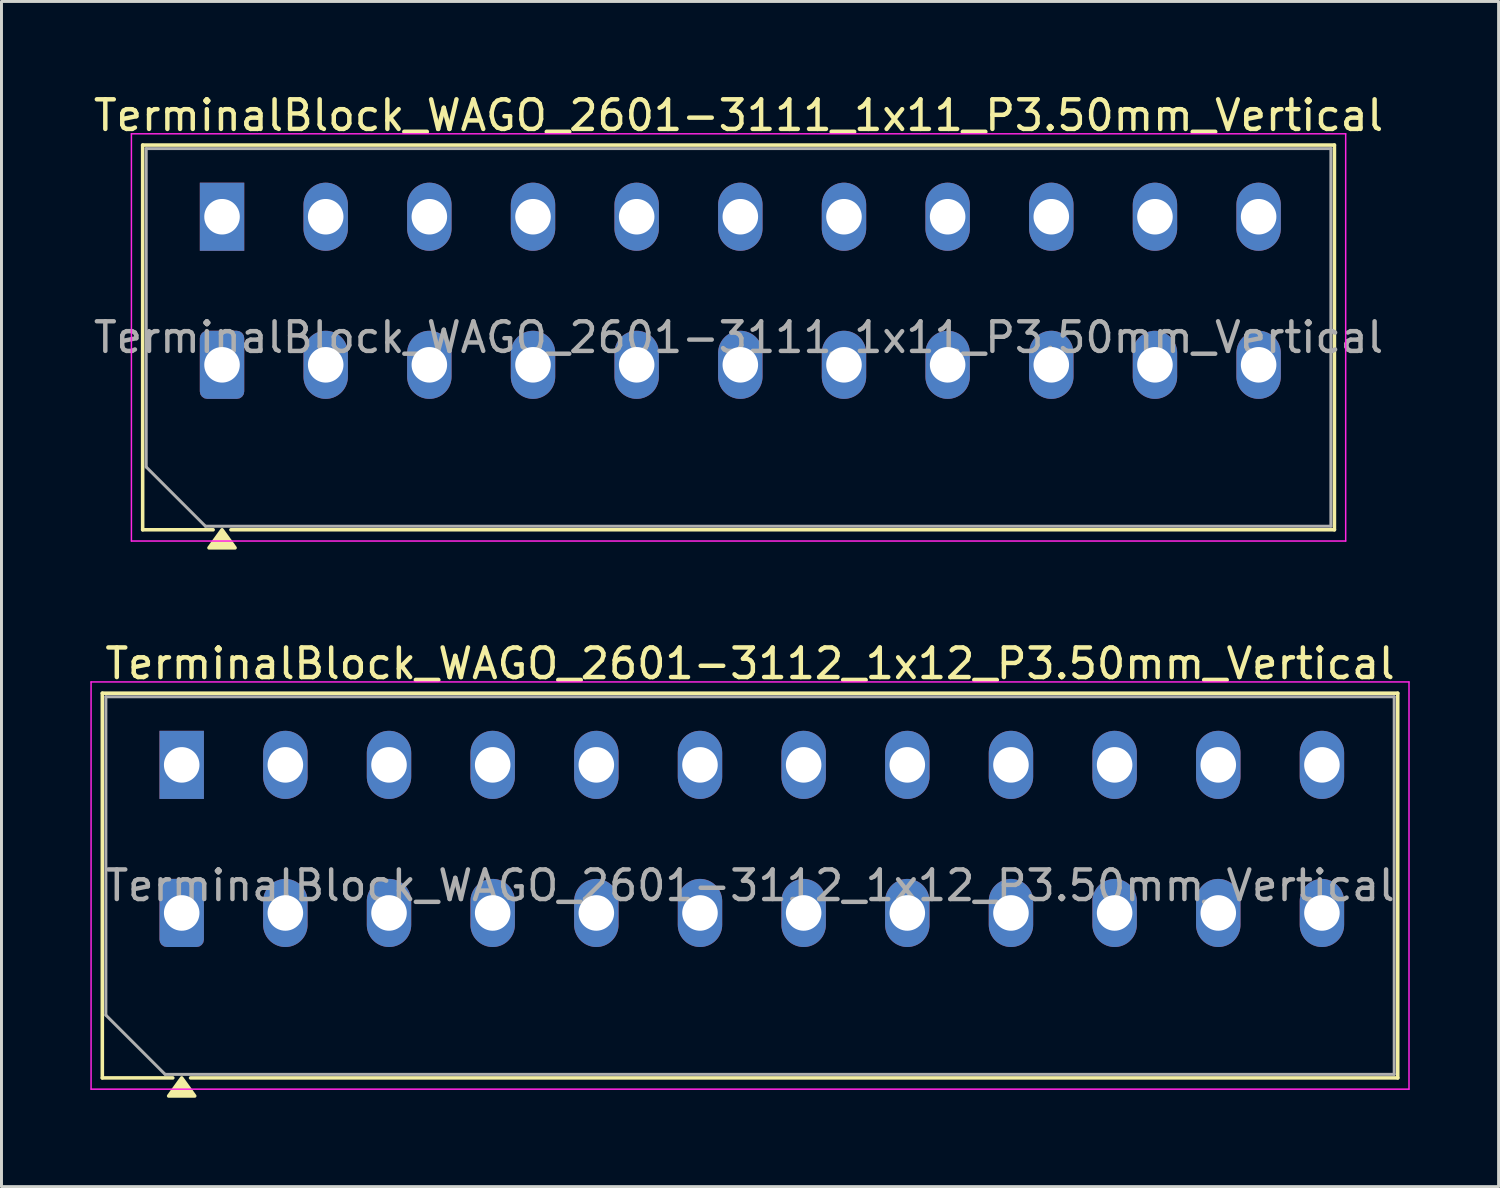
<source format=kicad_pcb>
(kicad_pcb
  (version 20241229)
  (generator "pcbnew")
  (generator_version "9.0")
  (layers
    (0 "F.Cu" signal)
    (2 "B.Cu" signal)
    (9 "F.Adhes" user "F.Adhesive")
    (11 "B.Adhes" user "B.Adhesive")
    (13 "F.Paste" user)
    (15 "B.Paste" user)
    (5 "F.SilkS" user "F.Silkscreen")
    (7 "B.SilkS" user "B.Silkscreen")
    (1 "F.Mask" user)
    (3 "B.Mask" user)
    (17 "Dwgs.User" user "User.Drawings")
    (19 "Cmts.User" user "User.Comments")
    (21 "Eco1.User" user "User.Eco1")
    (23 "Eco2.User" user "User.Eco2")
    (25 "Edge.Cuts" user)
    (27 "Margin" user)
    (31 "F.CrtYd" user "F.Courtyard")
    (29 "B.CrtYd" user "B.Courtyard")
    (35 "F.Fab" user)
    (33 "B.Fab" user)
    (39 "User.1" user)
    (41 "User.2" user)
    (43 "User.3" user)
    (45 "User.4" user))
  (footprint "TerminalBlock_WAGO_2601-3111_1x11_P3.50mm_Vertical"
    (layer "F.Cu")
    (at 4.447 9.268)
    (property "Reference" "TerminalBlock_WAGO_2601-3111_1x11_P3.50mm_Vertical" (at 17.44 -8.42 0) (layer "F.SilkS") (effects (font (size 1 1) (thickness 0.15))))
    (attr through_hole)
    (fp_line (start -2.68 -7.42) (end -2.68 5.57) (stroke (width 0.12) (type solid)) (layer "F.SilkS"))
    (fp_line (start -2.68 -7.42) (end 37.56 -7.42) (stroke (width 0.12) (type solid)) (layer "F.SilkS"))
    (fp_line (start -2.68 5.57) (end -0.3 5.57) (stroke (width 0.12) (type solid)) (layer "F.SilkS"))
    (fp_line (start 0.3 5.57) (end 37.56 5.57) (stroke (width 0.12) (type solid)) (layer "F.SilkS"))
    (fp_line (start 37.56 -7.42) (end 37.56 5.57) (stroke (width 0.12) (type solid)) (layer "F.SilkS"))
    (fp_poly (pts (xy 0 5.57) (xy 0.44 6.18) (xy -0.44 6.18)) (stroke (width 0.12) (type solid)) (fill yes) (layer "F.SilkS"))
    (fp_line (start -3.06 -7.8) (end -3.06 5.95) (stroke (width 0.05) (type solid)) (layer "F.CrtYd"))
    (fp_line (start -3.06 5.95) (end 37.94 5.95) (stroke (width 0.05) (type solid)) (layer "F.CrtYd"))
    (fp_line (start 37.94 -7.8) (end -3.06 -7.8) (stroke (width 0.05) (type solid)) (layer "F.CrtYd"))
    (fp_line (start 37.94 5.95) (end 37.94 -7.8) (stroke (width 0.05) (type solid)) (layer "F.CrtYd"))
    (fp_line (start -2.56 -7.3) (end 37.44 -7.3) (stroke (width 0.1) (type solid)) (layer "F.Fab"))
    (fp_line (start -2.56 3.45) (end -2.56 -7.3) (stroke (width 0.1) (type solid)) (layer "F.Fab"))
    (fp_line (start -0.56 5.45) (end -2.56 3.45) (stroke (width 0.1) (type solid)) (layer "F.Fab"))
    (fp_line (start 37.44 -7.3) (end 37.44 5.45) (stroke (width 0.1) (type solid)) (layer "F.Fab"))
    (fp_line (start 37.44 5.45) (end -0.56 5.45) (stroke (width 0.1) (type solid)) (layer "F.Fab"))
    (fp_text user "${REFERENCE}" (at 17.44 -0.925 0) (layer "F.Fab") (effects (font (size 1 1) (thickness 0.15))))
    (pad "1" thru_hole rect (at 0 -5) (size 1.5 2.3) (drill 1.2) (layers "*.Cu" "*.Mask"))
    (pad "1" thru_hole roundrect (at 0 0) (size 1.5 2.3) (drill 1.2) (layers "*.Cu" "*.Mask") (roundrect_rratio 0.167))
    (pad "2" thru_hole oval (at 3.5 -5) (size 1.5 2.3) (drill 1.2) (layers "*.Cu" "*.Mask"))
    (pad "2" thru_hole oval (at 3.5 0) (size 1.5 2.3) (drill 1.2) (layers "*.Cu" "*.Mask"))
    (pad "3" thru_hole oval (at 7 -5) (size 1.5 2.3) (drill 1.2) (layers "*.Cu" "*.Mask"))
    (pad "3" thru_hole oval (at 7 0) (size 1.5 2.3) (drill 1.2) (layers "*.Cu" "*.Mask"))
    (pad "4" thru_hole oval (at 10.5 -5) (size 1.5 2.3) (drill 1.2) (layers "*.Cu" "*.Mask"))
    (pad "4" thru_hole oval (at 10.5 0) (size 1.5 2.3) (drill 1.2) (layers "*.Cu" "*.Mask"))
    (pad "5" thru_hole oval (at 14 -5) (size 1.5 2.3) (drill 1.2) (layers "*.Cu" "*.Mask"))
    (pad "5" thru_hole oval (at 14 0) (size 1.5 2.3) (drill 1.2) (layers "*.Cu" "*.Mask"))
    (pad "6" thru_hole oval (at 17.5 -5) (size 1.5 2.3) (drill 1.2) (layers "*.Cu" "*.Mask"))
    (pad "6" thru_hole oval (at 17.5 0) (size 1.5 2.3) (drill 1.2) (layers "*.Cu" "*.Mask"))
    (pad "7" thru_hole oval (at 21 -5) (size 1.5 2.3) (drill 1.2) (layers "*.Cu" "*.Mask"))
    (pad "7" thru_hole oval (at 21 0) (size 1.5 2.3) (drill 1.2) (layers "*.Cu" "*.Mask"))
    (pad "8" thru_hole oval (at 24.5 -5) (size 1.5 2.3) (drill 1.2) (layers "*.Cu" "*.Mask"))
    (pad "8" thru_hole oval (at 24.5 0) (size 1.5 2.3) (drill 1.2) (layers "*.Cu" "*.Mask"))
    (pad "9" thru_hole oval (at 28 -5) (size 1.5 2.3) (drill 1.2) (layers "*.Cu" "*.Mask"))
    (pad "9" thru_hole oval (at 28 0) (size 1.5 2.3) (drill 1.2) (layers "*.Cu" "*.Mask"))
    (pad "10" thru_hole oval (at 31.5 -5) (size 1.5 2.3) (drill 1.2) (layers "*.Cu" "*.Mask"))
    (pad "10" thru_hole oval (at 31.5 0) (size 1.5 2.3) (drill 1.2) (layers "*.Cu" "*.Mask"))
    (pad "11" thru_hole oval (at 35 -5) (size 1.5 2.3) (drill 1.2) (layers "*.Cu" "*.Mask"))
    (pad "11" thru_hole oval (at 35 0) (size 1.5 2.3) (drill 1.2) (layers "*.Cu" "*.Mask")))
  (footprint "TerminalBlock_WAGO_2601-3112_1x12_P3.50mm_Vertical"
    (layer "F.Cu")
    (at 3.085 27.776)
    (property "Reference" "TerminalBlock_WAGO_2601-3112_1x12_P3.50mm_Vertical" (at 19.19 -8.42 0) (layer "F.SilkS") (effects (font (size 1 1) (thickness 0.15))))
    (attr through_hole)
    (fp_line (start -2.68 -7.42) (end -2.68 5.57) (stroke (width 0.12) (type solid)) (layer "F.SilkS"))
    (fp_line (start -2.68 -7.42) (end 41.06 -7.42) (stroke (width 0.12) (type solid)) (layer "F.SilkS"))
    (fp_line (start -2.68 5.57) (end -0.3 5.57) (stroke (width 0.12) (type solid)) (layer "F.SilkS"))
    (fp_line (start 0.3 5.57) (end 41.06 5.57) (stroke (width 0.12) (type solid)) (layer "F.SilkS"))
    (fp_line (start 41.06 -7.42) (end 41.06 5.57) (stroke (width 0.12) (type solid)) (layer "F.SilkS"))
    (fp_poly (pts (xy 0 5.57) (xy 0.44 6.18) (xy -0.44 6.18)) (stroke (width 0.12) (type solid)) (fill yes) (layer "F.SilkS"))
    (fp_line (start -3.06 -7.8) (end -3.06 5.95) (stroke (width 0.05) (type solid)) (layer "F.CrtYd"))
    (fp_line (start -3.06 5.95) (end 41.44 5.95) (stroke (width 0.05) (type solid)) (layer "F.CrtYd"))
    (fp_line (start 41.44 -7.8) (end -3.06 -7.8) (stroke (width 0.05) (type solid)) (layer "F.CrtYd"))
    (fp_line (start 41.44 5.95) (end 41.44 -7.8) (stroke (width 0.05) (type solid)) (layer "F.CrtYd"))
    (fp_line (start -2.56 -7.3) (end 40.94 -7.3) (stroke (width 0.1) (type solid)) (layer "F.Fab"))
    (fp_line (start -2.56 3.45) (end -2.56 -7.3) (stroke (width 0.1) (type solid)) (layer "F.Fab"))
    (fp_line (start -0.56 5.45) (end -2.56 3.45) (stroke (width 0.1) (type solid)) (layer "F.Fab"))
    (fp_line (start 40.94 -7.3) (end 40.94 5.45) (stroke (width 0.1) (type solid)) (layer "F.Fab"))
    (fp_line (start 40.94 5.45) (end -0.56 5.45) (stroke (width 0.1) (type solid)) (layer "F.Fab"))
    (fp_text user "${REFERENCE}" (at 19.19 -0.925 0) (layer "F.Fab") (effects (font (size 1 1) (thickness 0.15))))
    (pad "1" thru_hole rect (at 0 -5) (size 1.5 2.3) (drill 1.2) (layers "*.Cu" "*.Mask"))
    (pad "1" thru_hole roundrect (at 0 0) (size 1.5 2.3) (drill 1.2) (layers "*.Cu" "*.Mask") (roundrect_rratio 0.167))
    (pad "2" thru_hole oval (at 3.5 -5) (size 1.5 2.3) (drill 1.2) (layers "*.Cu" "*.Mask"))
    (pad "2" thru_hole oval (at 3.5 0) (size 1.5 2.3) (drill 1.2) (layers "*.Cu" "*.Mask"))
    (pad "3" thru_hole oval (at 7 -5) (size 1.5 2.3) (drill 1.2) (layers "*.Cu" "*.Mask"))
    (pad "3" thru_hole oval (at 7 0) (size 1.5 2.3) (drill 1.2) (layers "*.Cu" "*.Mask"))
    (pad "4" thru_hole oval (at 10.5 -5) (size 1.5 2.3) (drill 1.2) (layers "*.Cu" "*.Mask"))
    (pad "4" thru_hole oval (at 10.5 0) (size 1.5 2.3) (drill 1.2) (layers "*.Cu" "*.Mask"))
    (pad "5" thru_hole oval (at 14 -5) (size 1.5 2.3) (drill 1.2) (layers "*.Cu" "*.Mask"))
    (pad "5" thru_hole oval (at 14 0) (size 1.5 2.3) (drill 1.2) (layers "*.Cu" "*.Mask"))
    (pad "6" thru_hole oval (at 17.5 -5) (size 1.5 2.3) (drill 1.2) (layers "*.Cu" "*.Mask"))
    (pad "6" thru_hole oval (at 17.5 0) (size 1.5 2.3) (drill 1.2) (layers "*.Cu" "*.Mask"))
    (pad "7" thru_hole oval (at 21 -5) (size 1.5 2.3) (drill 1.2) (layers "*.Cu" "*.Mask"))
    (pad "7" thru_hole oval (at 21 0) (size 1.5 2.3) (drill 1.2) (layers "*.Cu" "*.Mask"))
    (pad "8" thru_hole oval (at 24.5 -5) (size 1.5 2.3) (drill 1.2) (layers "*.Cu" "*.Mask"))
    (pad "8" thru_hole oval (at 24.5 0) (size 1.5 2.3) (drill 1.2) (layers "*.Cu" "*.Mask"))
    (pad "9" thru_hole oval (at 28 -5) (size 1.5 2.3) (drill 1.2) (layers "*.Cu" "*.Mask"))
    (pad "9" thru_hole oval (at 28 0) (size 1.5 2.3) (drill 1.2) (layers "*.Cu" "*.Mask"))
    (pad "10" thru_hole oval (at 31.5 -5) (size 1.5 2.3) (drill 1.2) (layers "*.Cu" "*.Mask"))
    (pad "10" thru_hole oval (at 31.5 0) (size 1.5 2.3) (drill 1.2) (layers "*.Cu" "*.Mask"))
    (pad "11" thru_hole oval (at 35 -5) (size 1.5 2.3) (drill 1.2) (layers "*.Cu" "*.Mask"))
    (pad "11" thru_hole oval (at 35 0) (size 1.5 2.3) (drill 1.2) (layers "*.Cu" "*.Mask"))
    (pad "12" thru_hole oval (at 38.5 -5) (size 1.5 2.3) (drill 1.2) (layers "*.Cu" "*.Mask"))
    (pad "12" thru_hole oval (at 38.5 0) (size 1.5 2.3) (drill 1.2) (layers "*.Cu" "*.Mask")))
  (gr_rect
    (start -3 -3)
    (end 47.55 37.017)
    (stroke (width 0.1) (type default))
    (fill no)
    (layer "Edge.Cuts")))
</source>
